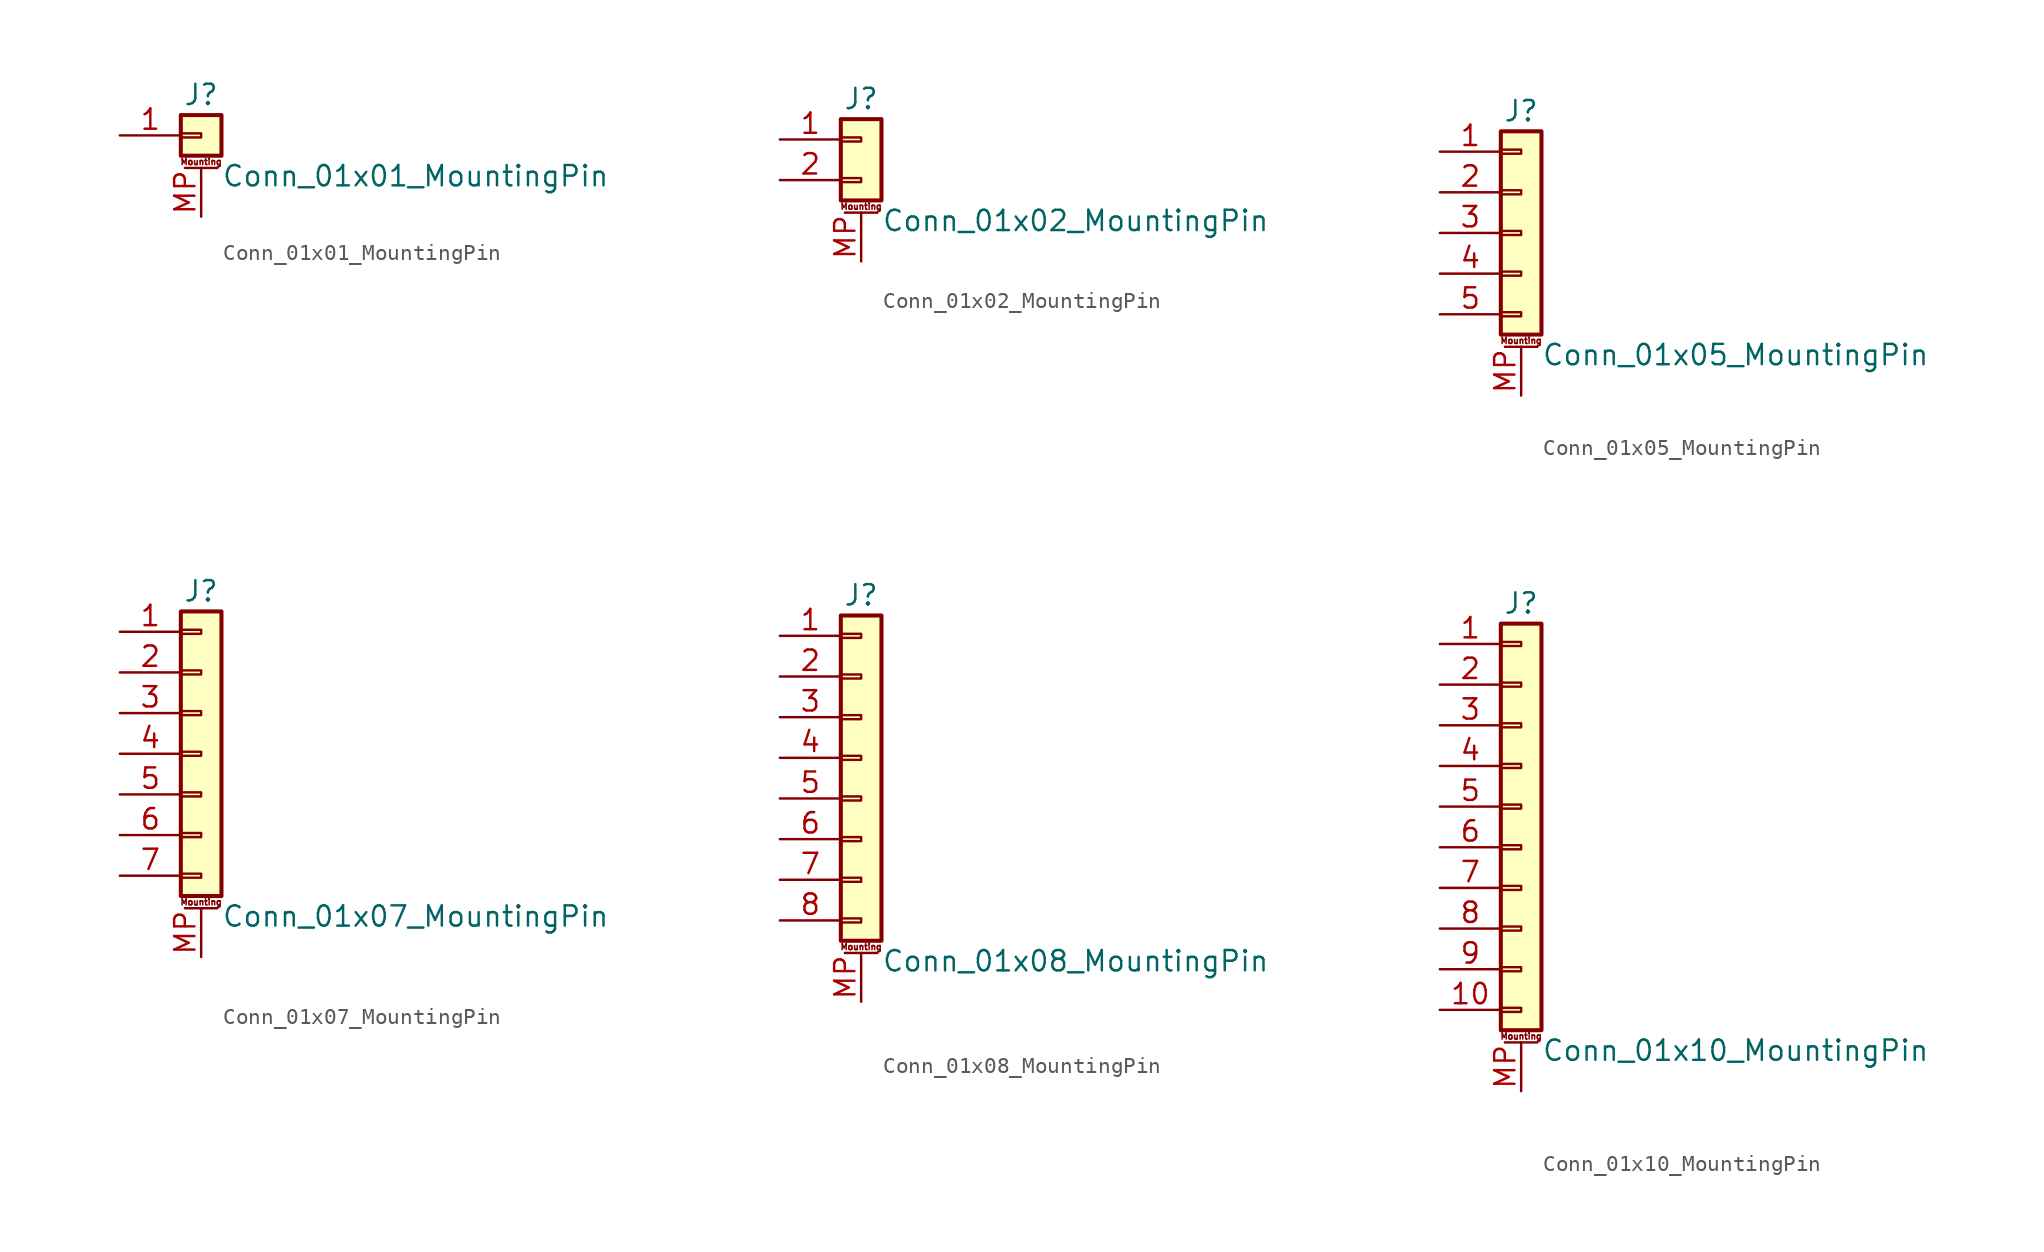
<source format=kicad_sym>
(kicad_symbol_lib
  (version 20211014)
  (generator kicad_symbol_editor)
  (symbol "Conn_01x01_MountingPin"
    (pin_names
      (offset 1.016) hide)
    (property "Reference" "J"
      (at 0 2.54 0)
      (effects (font (size 1.27 1.27))))
    (property "Value" "Conn_01x01_MountingPin"
      (at 1.27 -2.54 0)
      (effects (font (size 1.27 1.27)) (justify left)))
    (symbol "Conn_01x01_MountingPin_1_1"
      (rectangle (start -1.27 0.127) (end 0 -0.127) (stroke (width 0.152) (type default) (color 0 0 0 0)) (fill (type none)))
      (rectangle (start -1.27 1.27) (end 1.27 -1.27) (stroke (width 0.254) (type default) (color 0 0 0 0)) (fill (type background)))
      (polyline (pts (xy -1.016 -2.032) (xy 1.016 -2.032)) (stroke (width 0.152) (type default) (color 0 0 0 0)) (fill (type none)))
      (text "Mounting" (at 0 -1.651 0) (effects (font (size 0.381 0.381))))
      (pin passive line (at -5.08 0 0) (length 3.81) (name "Pin_1" (effects (font (size 1.27 1.27)))) (number "1" (effects (font (size 1.27 1.27)))))
      (pin passive line (at 0 -5.08 90) (length 3.048) (name "MountPin" (effects (font (size 1.27 1.27)))) (number "MP" (effects (font (size 1.27 1.27)))))))
  (symbol "Conn_01x02_MountingPin"
    (pin_names
      (offset 1.016) hide)
    (property "Reference" "J"
      (at 0 2.54 0)
      (effects (font (size 1.27 1.27))))
    (property "Value" "Conn_01x02_MountingPin"
      (at 1.27 -5.08 0)
      (effects (font (size 1.27 1.27)) (justify left)))
    (symbol "Conn_01x02_MountingPin_1_1"
      (rectangle (start -1.27 -2.413) (end 0 -2.667) (stroke (width 0.152) (type default) (color 0 0 0 0)) (fill (type none)))
      (rectangle (start -1.27 0.127) (end 0 -0.127) (stroke (width 0.152) (type default) (color 0 0 0 0)) (fill (type none)))
      (rectangle (start -1.27 1.27) (end 1.27 -3.81) (stroke (width 0.254) (type default) (color 0 0 0 0)) (fill (type background)))
      (polyline (pts (xy -1.016 -4.572) (xy 1.016 -4.572)) (stroke (width 0.152) (type default) (color 0 0 0 0)) (fill (type none)))
      (text "Mounting" (at 0 -4.191 0) (effects (font (size 0.381 0.381))))
      (pin passive line (at -5.08 0 0) (length 3.81) (name "Pin_1" (effects (font (size 1.27 1.27)))) (number "1" (effects (font (size 1.27 1.27)))))
      (pin passive line (at -5.08 -2.54 0) (length 3.81) (name "Pin_2" (effects (font (size 1.27 1.27)))) (number "2" (effects (font (size 1.27 1.27)))))
      (pin passive line (at 0 -7.62 90) (length 3.048) (name "MountPin" (effects (font (size 1.27 1.27)))) (number "MP" (effects (font (size 1.27 1.27)))))))
  (symbol "Conn_01x05_MountingPin"
    (pin_names
      (offset 1.016) hide)
    (property "Reference" "J"
      (at 0 7.62 0)
      (effects (font (size 1.27 1.27))))
    (property "Value" "Conn_01x05_MountingPin"
      (at 1.27 -7.62 0)
      (effects (font (size 1.27 1.27)) (justify left)))
    (symbol "Conn_01x05_MountingPin_1_1"
      (rectangle (start -1.27 -4.953) (end 0 -5.207) (stroke (width 0.152) (type default) (color 0 0 0 0)) (fill (type none)))
      (rectangle (start -1.27 -2.413) (end 0 -2.667) (stroke (width 0.152) (type default) (color 0 0 0 0)) (fill (type none)))
      (rectangle (start -1.27 0.127) (end 0 -0.127) (stroke (width 0.152) (type default) (color 0 0 0 0)) (fill (type none)))
      (rectangle (start -1.27 2.667) (end 0 2.413) (stroke (width 0.152) (type default) (color 0 0 0 0)) (fill (type none)))
      (rectangle (start -1.27 5.207) (end 0 4.953) (stroke (width 0.152) (type default) (color 0 0 0 0)) (fill (type none)))
      (rectangle (start -1.27 6.35) (end 1.27 -6.35) (stroke (width 0.254) (type default) (color 0 0 0 0)) (fill (type background)))
      (polyline (pts (xy -1.016 -7.112) (xy 1.016 -7.112)) (stroke (width 0.152) (type default) (color 0 0 0 0)) (fill (type none)))
      (text "Mounting" (at 0 -6.731 0) (effects (font (size 0.381 0.381))))
      (pin passive line (at -5.08 5.08 0) (length 3.81) (name "Pin_1" (effects (font (size 1.27 1.27)))) (number "1" (effects (font (size 1.27 1.27)))))
      (pin passive line (at -5.08 2.54 0) (length 3.81) (name "Pin_2" (effects (font (size 1.27 1.27)))) (number "2" (effects (font (size 1.27 1.27)))))
      (pin passive line (at -5.08 0 0) (length 3.81) (name "Pin_3" (effects (font (size 1.27 1.27)))) (number "3" (effects (font (size 1.27 1.27)))))
      (pin passive line (at -5.08 -2.54 0) (length 3.81) (name "Pin_4" (effects (font (size 1.27 1.27)))) (number "4" (effects (font (size 1.27 1.27)))))
      (pin passive line (at -5.08 -5.08 0) (length 3.81) (name "Pin_5" (effects (font (size 1.27 1.27)))) (number "5" (effects (font (size 1.27 1.27)))))
      (pin passive line (at 0 -10.16 90) (length 3.048) (name "MountPin" (effects (font (size 1.27 1.27)))) (number "MP" (effects (font (size 1.27 1.27)))))))
  (symbol "Conn_01x07_MountingPin"
    (pin_names
      (offset 1.016) hide)
    (property "Reference" "J"
      (at 0 10.16 0)
      (effects (font (size 1.27 1.27))))
    (property "Value" "Conn_01x07_MountingPin"
      (at 1.27 -10.16 0)
      (effects (font (size 1.27 1.27)) (justify left)))
    (symbol "Conn_01x07_MountingPin_1_1"
      (rectangle (start -1.27 -7.493) (end 0 -7.747) (stroke (width 0.152) (type default) (color 0 0 0 0)) (fill (type none)))
      (rectangle (start -1.27 -4.953) (end 0 -5.207) (stroke (width 0.152) (type default) (color 0 0 0 0)) (fill (type none)))
      (rectangle (start -1.27 -2.413) (end 0 -2.667) (stroke (width 0.152) (type default) (color 0 0 0 0)) (fill (type none)))
      (rectangle (start -1.27 0.127) (end 0 -0.127) (stroke (width 0.152) (type default) (color 0 0 0 0)) (fill (type none)))
      (rectangle (start -1.27 2.667) (end 0 2.413) (stroke (width 0.152) (type default) (color 0 0 0 0)) (fill (type none)))
      (rectangle (start -1.27 5.207) (end 0 4.953) (stroke (width 0.152) (type default) (color 0 0 0 0)) (fill (type none)))
      (rectangle (start -1.27 7.747) (end 0 7.493) (stroke (width 0.152) (type default) (color 0 0 0 0)) (fill (type none)))
      (rectangle (start -1.27 8.89) (end 1.27 -8.89) (stroke (width 0.254) (type default) (color 0 0 0 0)) (fill (type background)))
      (polyline (pts (xy -1.016 -9.652) (xy 1.016 -9.652)) (stroke (width 0.152) (type default) (color 0 0 0 0)) (fill (type none)))
      (text "Mounting" (at 0 -9.271 0) (effects (font (size 0.381 0.381))))
      (pin passive line (at -5.08 7.62 0) (length 3.81) (name "Pin_1" (effects (font (size 1.27 1.27)))) (number "1" (effects (font (size 1.27 1.27)))))
      (pin passive line (at -5.08 5.08 0) (length 3.81) (name "Pin_2" (effects (font (size 1.27 1.27)))) (number "2" (effects (font (size 1.27 1.27)))))
      (pin passive line (at -5.08 2.54 0) (length 3.81) (name "Pin_3" (effects (font (size 1.27 1.27)))) (number "3" (effects (font (size 1.27 1.27)))))
      (pin passive line (at -5.08 0 0) (length 3.81) (name "Pin_4" (effects (font (size 1.27 1.27)))) (number "4" (effects (font (size 1.27 1.27)))))
      (pin passive line (at -5.08 -2.54 0) (length 3.81) (name "Pin_5" (effects (font (size 1.27 1.27)))) (number "5" (effects (font (size 1.27 1.27)))))
      (pin passive line (at -5.08 -5.08 0) (length 3.81) (name "Pin_6" (effects (font (size 1.27 1.27)))) (number "6" (effects (font (size 1.27 1.27)))))
      (pin passive line (at -5.08 -7.62 0) (length 3.81) (name "Pin_7" (effects (font (size 1.27 1.27)))) (number "7" (effects (font (size 1.27 1.27)))))
      (pin passive line (at 0 -12.7 90) (length 3.048) (name "MountPin" (effects (font (size 1.27 1.27)))) (number "MP" (effects (font (size 1.27 1.27)))))))
  (symbol "Conn_01x08_MountingPin"
    (pin_names
      (offset 1.016) hide)
    (property "Reference" "J"
      (at 0 10.16 0)
      (effects (font (size 1.27 1.27))))
    (property "Value" "Conn_01x08_MountingPin"
      (at 1.27 -12.7 0)
      (effects (font (size 1.27 1.27)) (justify left)))
    (symbol "Conn_01x08_MountingPin_1_1"
      (rectangle (start -1.27 -10.033) (end 0 -10.287) (stroke (width 0.152) (type default) (color 0 0 0 0)) (fill (type none)))
      (rectangle (start -1.27 -7.493) (end 0 -7.747) (stroke (width 0.152) (type default) (color 0 0 0 0)) (fill (type none)))
      (rectangle (start -1.27 -4.953) (end 0 -5.207) (stroke (width 0.152) (type default) (color 0 0 0 0)) (fill (type none)))
      (rectangle (start -1.27 -2.413) (end 0 -2.667) (stroke (width 0.152) (type default) (color 0 0 0 0)) (fill (type none)))
      (rectangle (start -1.27 0.127) (end 0 -0.127) (stroke (width 0.152) (type default) (color 0 0 0 0)) (fill (type none)))
      (rectangle (start -1.27 2.667) (end 0 2.413) (stroke (width 0.152) (type default) (color 0 0 0 0)) (fill (type none)))
      (rectangle (start -1.27 5.207) (end 0 4.953) (stroke (width 0.152) (type default) (color 0 0 0 0)) (fill (type none)))
      (rectangle (start -1.27 7.747) (end 0 7.493) (stroke (width 0.152) (type default) (color 0 0 0 0)) (fill (type none)))
      (rectangle (start -1.27 8.89) (end 1.27 -11.43) (stroke (width 0.254) (type default) (color 0 0 0 0)) (fill (type background)))
      (polyline (pts (xy -1.016 -12.192) (xy 1.016 -12.192)) (stroke (width 0.152) (type default) (color 0 0 0 0)) (fill (type none)))
      (text "Mounting" (at 0 -11.811 0) (effects (font (size 0.381 0.381))))
      (pin passive line (at -5.08 7.62 0) (length 3.81) (name "Pin_1" (effects (font (size 1.27 1.27)))) (number "1" (effects (font (size 1.27 1.27)))))
      (pin passive line (at -5.08 5.08 0) (length 3.81) (name "Pin_2" (effects (font (size 1.27 1.27)))) (number "2" (effects (font (size 1.27 1.27)))))
      (pin passive line (at -5.08 2.54 0) (length 3.81) (name "Pin_3" (effects (font (size 1.27 1.27)))) (number "3" (effects (font (size 1.27 1.27)))))
      (pin passive line (at -5.08 0 0) (length 3.81) (name "Pin_4" (effects (font (size 1.27 1.27)))) (number "4" (effects (font (size 1.27 1.27)))))
      (pin passive line (at -5.08 -2.54 0) (length 3.81) (name "Pin_5" (effects (font (size 1.27 1.27)))) (number "5" (effects (font (size 1.27 1.27)))))
      (pin passive line (at -5.08 -5.08 0) (length 3.81) (name "Pin_6" (effects (font (size 1.27 1.27)))) (number "6" (effects (font (size 1.27 1.27)))))
      (pin passive line (at -5.08 -7.62 0) (length 3.81) (name "Pin_7" (effects (font (size 1.27 1.27)))) (number "7" (effects (font (size 1.27 1.27)))))
      (pin passive line (at -5.08 -10.16 0) (length 3.81) (name "Pin_8" (effects (font (size 1.27 1.27)))) (number "8" (effects (font (size 1.27 1.27)))))
      (pin passive line (at 0 -15.24 90) (length 3.048) (name "MountPin" (effects (font (size 1.27 1.27)))) (number "MP" (effects (font (size 1.27 1.27)))))))
  (symbol "Conn_01x10_MountingPin"
    (pin_names
      (offset 1.016) hide)
    (property "Reference" "J"
      (at 0 12.7 0)
      (effects (font (size 1.27 1.27))))
    (property "Value" "Conn_01x10_MountingPin"
      (at 1.27 -15.24 0)
      (effects (font (size 1.27 1.27)) (justify left)))
    (symbol "Conn_01x10_MountingPin_1_1"
      (rectangle (start -1.27 -12.573) (end 0 -12.827) (stroke (width 0.152) (type default) (color 0 0 0 0)) (fill (type none)))
      (rectangle (start -1.27 -10.033) (end 0 -10.287) (stroke (width 0.152) (type default) (color 0 0 0 0)) (fill (type none)))
      (rectangle (start -1.27 -7.493) (end 0 -7.747) (stroke (width 0.152) (type default) (color 0 0 0 0)) (fill (type none)))
      (rectangle (start -1.27 -4.953) (end 0 -5.207) (stroke (width 0.152) (type default) (color 0 0 0 0)) (fill (type none)))
      (rectangle (start -1.27 -2.413) (end 0 -2.667) (stroke (width 0.152) (type default) (color 0 0 0 0)) (fill (type none)))
      (rectangle (start -1.27 0.127) (end 0 -0.127) (stroke (width 0.152) (type default) (color 0 0 0 0)) (fill (type none)))
      (rectangle (start -1.27 2.667) (end 0 2.413) (stroke (width 0.152) (type default) (color 0 0 0 0)) (fill (type none)))
      (rectangle (start -1.27 5.207) (end 0 4.953) (stroke (width 0.152) (type default) (color 0 0 0 0)) (fill (type none)))
      (rectangle (start -1.27 7.747) (end 0 7.493) (stroke (width 0.152) (type default) (color 0 0 0 0)) (fill (type none)))
      (rectangle (start -1.27 10.287) (end 0 10.033) (stroke (width 0.152) (type default) (color 0 0 0 0)) (fill (type none)))
      (rectangle (start -1.27 11.43) (end 1.27 -13.97) (stroke (width 0.254) (type default) (color 0 0 0 0)) (fill (type background)))
      (polyline (pts (xy -1.016 -14.732) (xy 1.016 -14.732)) (stroke (width 0.152) (type default) (color 0 0 0 0)) (fill (type none)))
      (text "Mounting" (at 0 -14.351 0) (effects (font (size 0.381 0.381))))
      (pin passive line (at -5.08 10.16 0) (length 3.81) (name "Pin_1" (effects (font (size 1.27 1.27)))) (number "1" (effects (font (size 1.27 1.27)))))
      (pin passive line (at -5.08 -12.7 0) (length 3.81) (name "Pin_10" (effects (font (size 1.27 1.27)))) (number "10" (effects (font (size 1.27 1.27)))))
      (pin passive line (at -5.08 7.62 0) (length 3.81) (name "Pin_2" (effects (font (size 1.27 1.27)))) (number "2" (effects (font (size 1.27 1.27)))))
      (pin passive line (at -5.08 5.08 0) (length 3.81) (name "Pin_3" (effects (font (size 1.27 1.27)))) (number "3" (effects (font (size 1.27 1.27)))))
      (pin passive line (at -5.08 2.54 0) (length 3.81) (name "Pin_4" (effects (font (size 1.27 1.27)))) (number "4" (effects (font (size 1.27 1.27)))))
      (pin passive line (at -5.08 0 0) (length 3.81) (name "Pin_5" (effects (font (size 1.27 1.27)))) (number "5" (effects (font (size 1.27 1.27)))))
      (pin passive line (at -5.08 -2.54 0) (length 3.81) (name "Pin_6" (effects (font (size 1.27 1.27)))) (number "6" (effects (font (size 1.27 1.27)))))
      (pin passive line (at -5.08 -5.08 0) (length 3.81) (name "Pin_7" (effects (font (size 1.27 1.27)))) (number "7" (effects (font (size 1.27 1.27)))))
      (pin passive line (at -5.08 -7.62 0) (length 3.81) (name "Pin_8" (effects (font (size 1.27 1.27)))) (number "8" (effects (font (size 1.27 1.27)))))
      (pin passive line (at -5.08 -10.16 0) (length 3.81) (name "Pin_9" (effects (font (size 1.27 1.27)))) (number "9" (effects (font (size 1.27 1.27)))))
      (pin passive line (at 0 -17.78 90) (length 3.048) (name "MountPin" (effects (font (size 1.27 1.27)))) (number "MP" (effects (font (size 1.27 1.27))))))))
</source>
